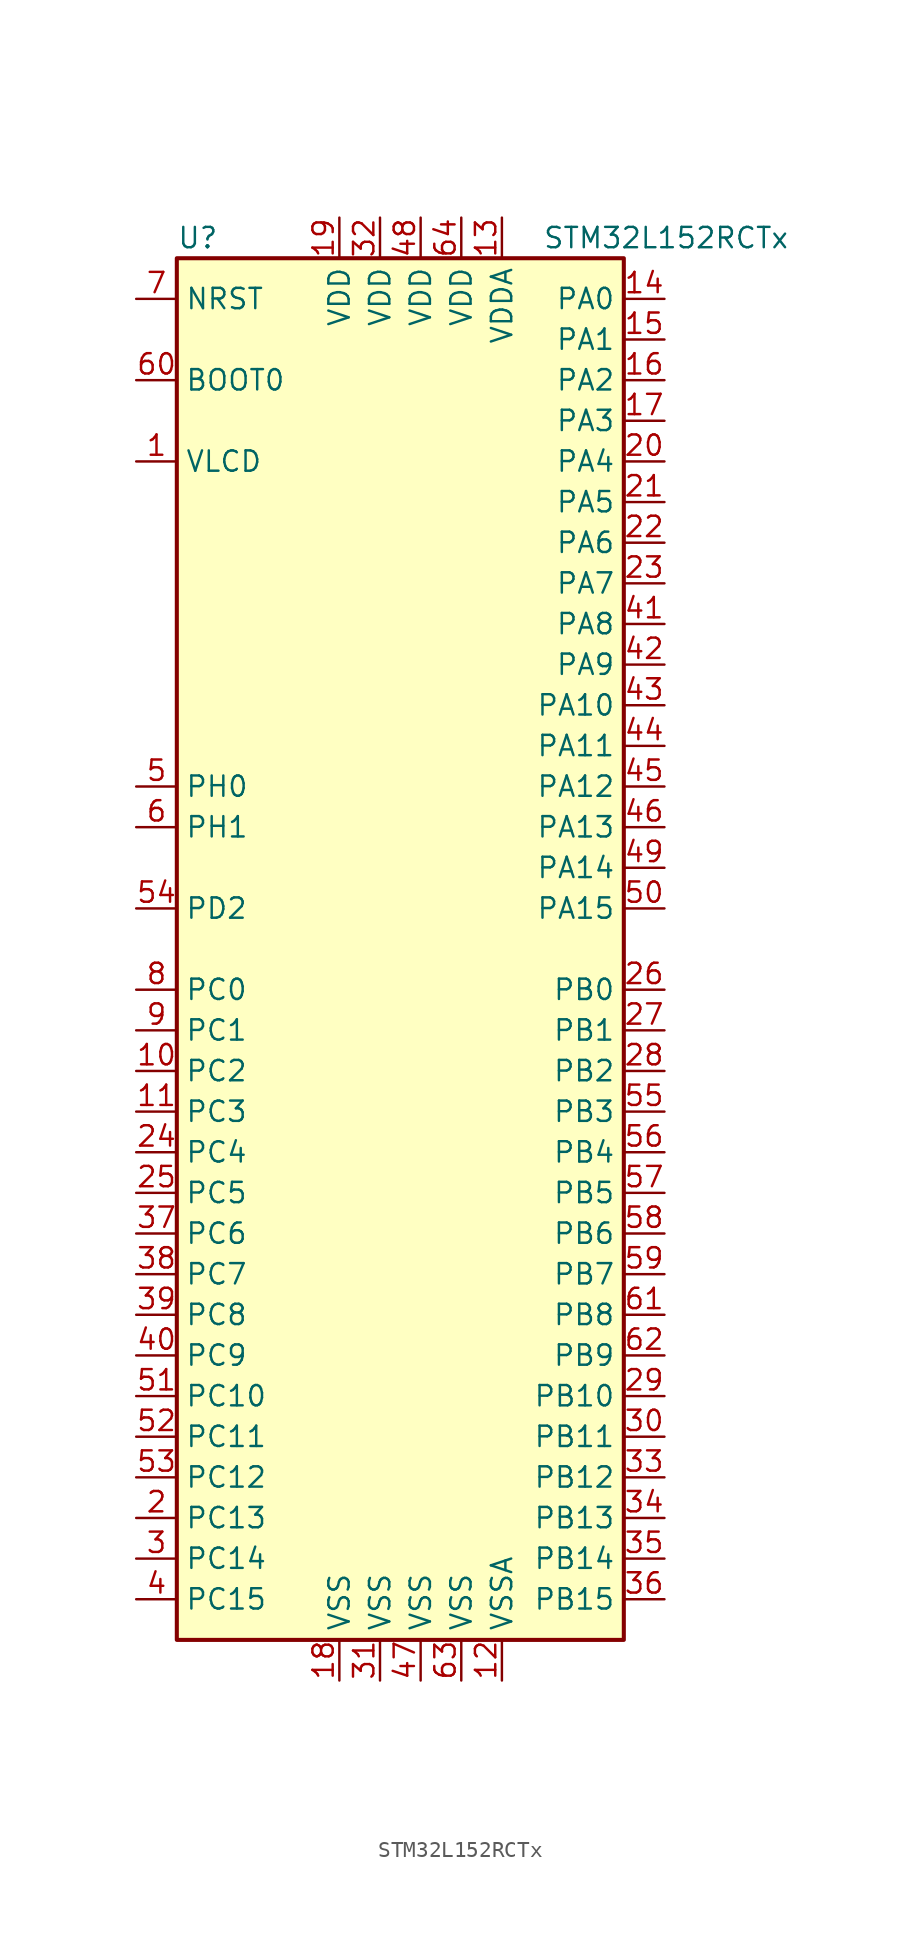
<source format=kicad_sym>
(kicad_symbol_lib
  (version 20201005)
  (generator kicad_symbol_editor)
  (symbol "STM32L152RCTx"
    (property "Reference" "U"
      (at -15.24 44.45 0)
      (effects (font (size 1.27 1.27)) (justify left)))
    (property "Value" "STM32L152RCTx"
      (at 7.62 44.45 0)
      (effects (font (size 1.27 1.27)) (justify left)))
    (symbol "STM32L152RCTx_0_1"
      (rectangle (start -15.24 -43.18) (end 12.7 43.18) (stroke (width 0.254)) (fill (type background))))
    (symbol "STM32L152RCTx_1_1"
      (pin input line (at -17.78 35.56 0) (length 2.54) (name "BOOT0" (effects (font (size 1.27 1.27)))) (number "60" (effects (font (size 1.27 1.27)))))
      (pin input line (at -17.78 40.64 0) (length 2.54) (name "NRST" (effects (font (size 1.27 1.27)))) (number "7" (effects (font (size 1.27 1.27)))))
      (pin bidirectional line (at 15.24 40.64 180) (length 2.54) (name "PA0" (effects (font (size 1.27 1.27)))) (number "14" (effects (font (size 1.27 1.27)))))
      (pin bidirectional line (at 15.24 38.1 180) (length 2.54) (name "PA1" (effects (font (size 1.27 1.27)))) (number "15" (effects (font (size 1.27 1.27)))))
      (pin bidirectional line (at 15.24 15.24 180) (length 2.54) (name "PA10" (effects (font (size 1.27 1.27)))) (number "43" (effects (font (size 1.27 1.27)))))
      (pin bidirectional line (at 15.24 12.7 180) (length 2.54) (name "PA11" (effects (font (size 1.27 1.27)))) (number "44" (effects (font (size 1.27 1.27)))))
      (pin bidirectional line (at 15.24 10.16 180) (length 2.54) (name "PA12" (effects (font (size 1.27 1.27)))) (number "45" (effects (font (size 1.27 1.27)))))
      (pin bidirectional line (at 15.24 7.62 180) (length 2.54) (name "PA13" (effects (font (size 1.27 1.27)))) (number "46" (effects (font (size 1.27 1.27)))))
      (pin bidirectional line (at 15.24 5.08 180) (length 2.54) (name "PA14" (effects (font (size 1.27 1.27)))) (number "49" (effects (font (size 1.27 1.27)))))
      (pin bidirectional line (at 15.24 2.54 180) (length 2.54) (name "PA15" (effects (font (size 1.27 1.27)))) (number "50" (effects (font (size 1.27 1.27)))))
      (pin bidirectional line (at 15.24 35.56 180) (length 2.54) (name "PA2" (effects (font (size 1.27 1.27)))) (number "16" (effects (font (size 1.27 1.27)))))
      (pin bidirectional line (at 15.24 33.02 180) (length 2.54) (name "PA3" (effects (font (size 1.27 1.27)))) (number "17" (effects (font (size 1.27 1.27)))))
      (pin bidirectional line (at 15.24 30.48 180) (length 2.54) (name "PA4" (effects (font (size 1.27 1.27)))) (number "20" (effects (font (size 1.27 1.27)))))
      (pin bidirectional line (at 15.24 27.94 180) (length 2.54) (name "PA5" (effects (font (size 1.27 1.27)))) (number "21" (effects (font (size 1.27 1.27)))))
      (pin bidirectional line (at 15.24 25.4 180) (length 2.54) (name "PA6" (effects (font (size 1.27 1.27)))) (number "22" (effects (font (size 1.27 1.27)))))
      (pin bidirectional line (at 15.24 22.86 180) (length 2.54) (name "PA7" (effects (font (size 1.27 1.27)))) (number "23" (effects (font (size 1.27 1.27)))))
      (pin bidirectional line (at 15.24 20.32 180) (length 2.54) (name "PA8" (effects (font (size 1.27 1.27)))) (number "41" (effects (font (size 1.27 1.27)))))
      (pin bidirectional line (at 15.24 17.78 180) (length 2.54) (name "PA9" (effects (font (size 1.27 1.27)))) (number "42" (effects (font (size 1.27 1.27)))))
      (pin bidirectional line (at 15.24 -2.54 180) (length 2.54) (name "PB0" (effects (font (size 1.27 1.27)))) (number "26" (effects (font (size 1.27 1.27)))))
      (pin bidirectional line (at 15.24 -5.08 180) (length 2.54) (name "PB1" (effects (font (size 1.27 1.27)))) (number "27" (effects (font (size 1.27 1.27)))))
      (pin bidirectional line (at 15.24 -27.94 180) (length 2.54) (name "PB10" (effects (font (size 1.27 1.27)))) (number "29" (effects (font (size 1.27 1.27)))))
      (pin bidirectional line (at 15.24 -30.48 180) (length 2.54) (name "PB11" (effects (font (size 1.27 1.27)))) (number "30" (effects (font (size 1.27 1.27)))))
      (pin bidirectional line (at 15.24 -33.02 180) (length 2.54) (name "PB12" (effects (font (size 1.27 1.27)))) (number "33" (effects (font (size 1.27 1.27)))))
      (pin bidirectional line (at 15.24 -35.56 180) (length 2.54) (name "PB13" (effects (font (size 1.27 1.27)))) (number "34" (effects (font (size 1.27 1.27)))))
      (pin bidirectional line (at 15.24 -38.1 180) (length 2.54) (name "PB14" (effects (font (size 1.27 1.27)))) (number "35" (effects (font (size 1.27 1.27)))))
      (pin bidirectional line (at 15.24 -40.64 180) (length 2.54) (name "PB15" (effects (font (size 1.27 1.27)))) (number "36" (effects (font (size 1.27 1.27)))))
      (pin bidirectional line (at 15.24 -7.62 180) (length 2.54) (name "PB2" (effects (font (size 1.27 1.27)))) (number "28" (effects (font (size 1.27 1.27)))))
      (pin bidirectional line (at 15.24 -10.16 180) (length 2.54) (name "PB3" (effects (font (size 1.27 1.27)))) (number "55" (effects (font (size 1.27 1.27)))))
      (pin bidirectional line (at 15.24 -12.7 180) (length 2.54) (name "PB4" (effects (font (size 1.27 1.27)))) (number "56" (effects (font (size 1.27 1.27)))))
      (pin bidirectional line (at 15.24 -15.24 180) (length 2.54) (name "PB5" (effects (font (size 1.27 1.27)))) (number "57" (effects (font (size 1.27 1.27)))))
      (pin bidirectional line (at 15.24 -17.78 180) (length 2.54) (name "PB6" (effects (font (size 1.27 1.27)))) (number "58" (effects (font (size 1.27 1.27)))))
      (pin bidirectional line (at 15.24 -20.32 180) (length 2.54) (name "PB7" (effects (font (size 1.27 1.27)))) (number "59" (effects (font (size 1.27 1.27)))))
      (pin bidirectional line (at 15.24 -22.86 180) (length 2.54) (name "PB8" (effects (font (size 1.27 1.27)))) (number "61" (effects (font (size 1.27 1.27)))))
      (pin bidirectional line (at 15.24 -25.4 180) (length 2.54) (name "PB9" (effects (font (size 1.27 1.27)))) (number "62" (effects (font (size 1.27 1.27)))))
      (pin bidirectional line (at -17.78 -2.54 0) (length 2.54) (name "PC0" (effects (font (size 1.27 1.27)))) (number "8" (effects (font (size 1.27 1.27)))))
      (pin bidirectional line (at -17.78 -5.08 0) (length 2.54) (name "PC1" (effects (font (size 1.27 1.27)))) (number "9" (effects (font (size 1.27 1.27)))))
      (pin bidirectional line (at -17.78 -27.94 0) (length 2.54) (name "PC10" (effects (font (size 1.27 1.27)))) (number "51" (effects (font (size 1.27 1.27)))))
      (pin bidirectional line (at -17.78 -30.48 0) (length 2.54) (name "PC11" (effects (font (size 1.27 1.27)))) (number "52" (effects (font (size 1.27 1.27)))))
      (pin bidirectional line (at -17.78 -33.02 0) (length 2.54) (name "PC12" (effects (font (size 1.27 1.27)))) (number "53" (effects (font (size 1.27 1.27)))))
      (pin bidirectional line (at -17.78 -35.56 0) (length 2.54) (name "PC13" (effects (font (size 1.27 1.27)))) (number "2" (effects (font (size 1.27 1.27)))))
      (pin bidirectional line (at -17.78 -38.1 0) (length 2.54) (name "PC14" (effects (font (size 1.27 1.27)))) (number "3" (effects (font (size 1.27 1.27)))))
      (pin bidirectional line (at -17.78 -40.64 0) (length 2.54) (name "PC15" (effects (font (size 1.27 1.27)))) (number "4" (effects (font (size 1.27 1.27)))))
      (pin bidirectional line (at -17.78 -7.62 0) (length 2.54) (name "PC2" (effects (font (size 1.27 1.27)))) (number "10" (effects (font (size 1.27 1.27)))))
      (pin bidirectional line (at -17.78 -10.16 0) (length 2.54) (name "PC3" (effects (font (size 1.27 1.27)))) (number "11" (effects (font (size 1.27 1.27)))))
      (pin bidirectional line (at -17.78 -12.7 0) (length 2.54) (name "PC4" (effects (font (size 1.27 1.27)))) (number "24" (effects (font (size 1.27 1.27)))))
      (pin bidirectional line (at -17.78 -15.24 0) (length 2.54) (name "PC5" (effects (font (size 1.27 1.27)))) (number "25" (effects (font (size 1.27 1.27)))))
      (pin bidirectional line (at -17.78 -17.78 0) (length 2.54) (name "PC6" (effects (font (size 1.27 1.27)))) (number "37" (effects (font (size 1.27 1.27)))))
      (pin bidirectional line (at -17.78 -20.32 0) (length 2.54) (name "PC7" (effects (font (size 1.27 1.27)))) (number "38" (effects (font (size 1.27 1.27)))))
      (pin bidirectional line (at -17.78 -22.86 0) (length 2.54) (name "PC8" (effects (font (size 1.27 1.27)))) (number "39" (effects (font (size 1.27 1.27)))))
      (pin bidirectional line (at -17.78 -25.4 0) (length 2.54) (name "PC9" (effects (font (size 1.27 1.27)))) (number "40" (effects (font (size 1.27 1.27)))))
      (pin bidirectional line (at -17.78 2.54 0) (length 2.54) (name "PD2" (effects (font (size 1.27 1.27)))) (number "54" (effects (font (size 1.27 1.27)))))
      (pin input line (at -17.78 10.16 0) (length 2.54) (name "PH0" (effects (font (size 1.27 1.27)))) (number "5" (effects (font (size 1.27 1.27)))))
      (pin input line (at -17.78 7.62 0) (length 2.54) (name "PH1" (effects (font (size 1.27 1.27)))) (number "6" (effects (font (size 1.27 1.27)))))
      (pin power_in line (at -5.08 45.72 270) (length 2.54) (name "VDD" (effects (font (size 1.27 1.27)))) (number "19" (effects (font (size 1.27 1.27)))))
      (pin power_in line (at -2.54 45.72 270) (length 2.54) (name "VDD" (effects (font (size 1.27 1.27)))) (number "32" (effects (font (size 1.27 1.27)))))
      (pin power_in line (at 0 45.72 270) (length 2.54) (name "VDD" (effects (font (size 1.27 1.27)))) (number "48" (effects (font (size 1.27 1.27)))))
      (pin power_in line (at 2.54 45.72 270) (length 2.54) (name "VDD" (effects (font (size 1.27 1.27)))) (number "64" (effects (font (size 1.27 1.27)))))
      (pin power_in line (at 5.08 45.72 270) (length 2.54) (name "VDDA" (effects (font (size 1.27 1.27)))) (number "13" (effects (font (size 1.27 1.27)))))
      (pin power_in line (at -17.78 30.48 0) (length 2.54) (name "VLCD" (effects (font (size 1.27 1.27)))) (number "1" (effects (font (size 1.27 1.27)))))
      (pin power_in line (at -5.08 -45.72 90) (length 2.54) (name "VSS" (effects (font (size 1.27 1.27)))) (number "18" (effects (font (size 1.27 1.27)))))
      (pin power_in line (at -2.54 -45.72 90) (length 2.54) (name "VSS" (effects (font (size 1.27 1.27)))) (number "31" (effects (font (size 1.27 1.27)))))
      (pin power_in line (at 0 -45.72 90) (length 2.54) (name "VSS" (effects (font (size 1.27 1.27)))) (number "47" (effects (font (size 1.27 1.27)))))
      (pin power_in line (at 2.54 -45.72 90) (length 2.54) (name "VSS" (effects (font (size 1.27 1.27)))) (number "63" (effects (font (size 1.27 1.27)))))
      (pin power_in line (at 5.08 -45.72 90) (length 2.54) (name "VSSA" (effects (font (size 1.27 1.27)))) (number "12" (effects (font (size 1.27 1.27))))))))
</source>
